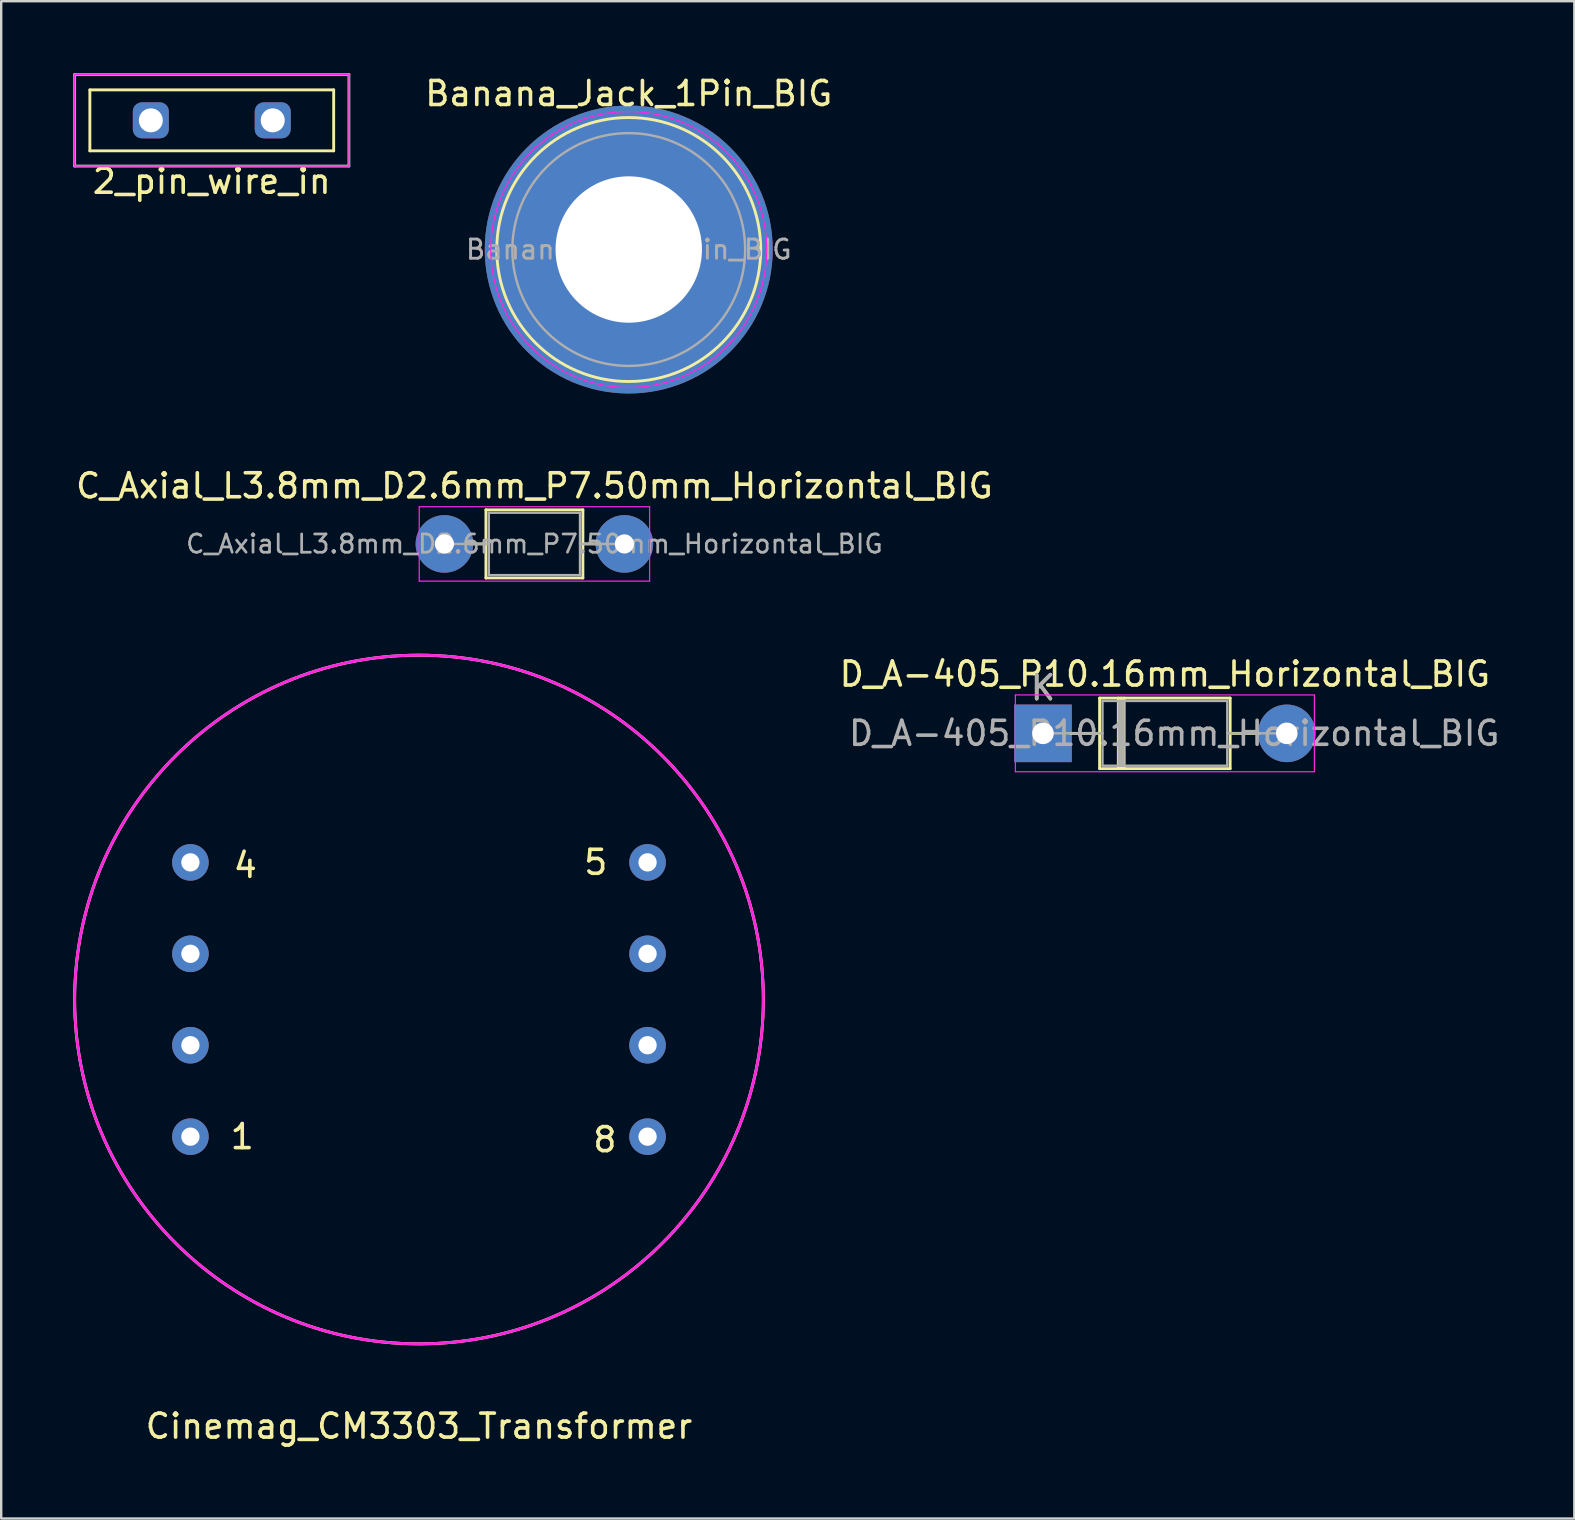
<source format=kicad_pcb>
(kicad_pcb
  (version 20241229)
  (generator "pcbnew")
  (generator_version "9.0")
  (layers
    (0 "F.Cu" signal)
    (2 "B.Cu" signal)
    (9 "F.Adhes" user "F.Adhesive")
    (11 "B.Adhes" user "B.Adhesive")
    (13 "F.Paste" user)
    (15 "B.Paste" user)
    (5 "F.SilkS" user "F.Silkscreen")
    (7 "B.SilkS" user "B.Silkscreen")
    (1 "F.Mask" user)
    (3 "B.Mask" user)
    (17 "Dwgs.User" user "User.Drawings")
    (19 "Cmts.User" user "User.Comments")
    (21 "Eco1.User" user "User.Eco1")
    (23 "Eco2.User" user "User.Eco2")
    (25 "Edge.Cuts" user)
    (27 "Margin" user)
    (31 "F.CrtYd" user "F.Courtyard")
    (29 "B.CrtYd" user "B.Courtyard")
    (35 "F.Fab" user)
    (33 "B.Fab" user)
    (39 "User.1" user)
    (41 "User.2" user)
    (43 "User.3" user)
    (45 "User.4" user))
  (footprint "Cinemag_CM3303_Transformer"
    (layer "F.Cu")
    (at 14.41 38.602)
    (property "Reference" "Cinemag_CM3303_Transformer" (at 0 17.78 0) (layer "F.SilkS") (effects (font (size 1 1) (thickness 0.15))))
    (attr through_hole)
    (fp_circle (center 0 0) (end 14.35 0) (stroke (width 0.12) (type solid)) (fill no) (layer "F.SilkS"))
    (fp_circle (center 0 0) (end 14.35 0) (stroke (width 0.12) (type solid)) (fill no) (layer "F.CrtYd"))
    (fp_text user "4" (at -7.239 -5.588 0) (layer "F.SilkS") (effects (font (size 1 1) (thickness 0.15))))
    (fp_text user "5" (at 7.366 -5.715 0) (layer "F.SilkS") (effects (font (size 1 1) (thickness 0.15))))
    (fp_text user "8" (at 7.747 5.842 0) (layer "F.SilkS") (effects (font (size 1 1) (thickness 0.15))))
    (fp_text user "1" (at -7.366 5.715 0) (layer "F.SilkS") (effects (font (size 1 1) (thickness 0.15))))
    (pad "1" thru_hole circle (at -9.525 5.715) (size 1.524 1.524) (drill 0.762) (layers "*.Cu" "*.Mask"))
    (pad "2" thru_hole circle (at -9.525 1.905) (size 1.524 1.524) (drill 0.762) (layers "*.Cu" "*.Mask"))
    (pad "3" thru_hole circle (at -9.525 -1.905) (size 1.524 1.524) (drill 0.762) (layers "*.Cu" "*.Mask"))
    (pad "4" thru_hole circle (at -9.525 -5.715) (size 1.524 1.524) (drill 0.762) (layers "*.Cu" "*.Mask"))
    (pad "5" thru_hole circle (at 9.525 -5.715) (size 1.524 1.524) (drill 0.762) (layers "*.Cu" "*.Mask"))
    (pad "6" thru_hole circle (at 9.525 -1.905) (size 1.524 1.524) (drill 0.762) (layers "*.Cu" "*.Mask"))
    (pad "7" thru_hole circle (at 9.525 1.905) (size 1.524 1.524) (drill 0.762) (layers "*.Cu" "*.Mask"))
    (pad "8" thru_hole circle (at 9.525 5.715) (size 1.524 1.524) (drill 0.762) (layers "*.Cu" "*.Mask")))
  (footprint "Banana_Jack_1Pin_BIG"
    (layer "F.Cu")
    (at 23.151 7.348)
    (property "Reference" "Banana_Jack_1Pin_BIG" (at 0 -6.5 180) (layer "F.SilkS") (effects (font (size 1 1) (thickness 0.15))))
    (attr through_hole)
    (fp_circle (center 0 0) (end 5.5 0) (stroke (width 0.12) (type solid)) (fill no) (layer "F.SilkS"))
    (fp_circle (center 0 0) (end 5.75 0) (stroke (width 0.05) (type solid)) (fill no) (layer "F.CrtYd"))
    (fp_circle (center 0 0) (end 2 0) (stroke (width 0.1) (type solid)) (fill no) (layer "F.Fab"))
    (fp_circle (center 0 0) (end 4.85 0.05) (stroke (width 0.1) (type solid)) (fill no) (layer "F.Fab"))
    (fp_text user "${REFERENCE}" (at 0 0 180) (layer "F.Fab") (effects (font (size 0.8 0.8) (thickness 0.12))))
    (pad "1" thru_hole circle (at 0 0) (size 12 12) (drill 6.1) (layers "*.Cu" "*.Mask")))
  (footprint "2_pin_wire_in"
    (layer "F.Cu")
    (at 5.775 1.965)
    (property "Reference" "2_pin_wire_in" (at 0 2.54 0) (layer "F.SilkS") (effects (font (size 1 1) (thickness 0.15))))
    (attr through_hole)
    (fp_line (start -5.08 -1.27) (end 5.08 -1.27) (stroke (width 0.12) (type solid)) (layer "F.SilkS"))
    (fp_line (start -5.08 1.27) (end -5.08 -1.27) (stroke (width 0.12) (type solid)) (layer "F.SilkS"))
    (fp_line (start 5.08 -1.27) (end 5.08 1.27) (stroke (width 0.12) (type solid)) (layer "F.SilkS"))
    (fp_line (start 5.08 1.27) (end -5.08 1.27) (stroke (width 0.12) (type solid)) (layer "F.SilkS"))
    (fp_line (start -5.715 -1.905) (end -5.715 1.905) (stroke (width 0.05) (type solid)) (layer "F.CrtYd"))
    (fp_line (start -5.715 1.905) (end 5.715 1.905) (stroke (width 0.05) (type solid)) (layer "F.CrtYd"))
    (fp_line (start 5.715 -1.905) (end -5.715 -1.905) (stroke (width 0.05) (type solid)) (layer "F.CrtYd"))
    (fp_line (start 5.715 1.905) (end 5.715 -1.905) (stroke (width 0.05) (type solid)) (layer "F.CrtYd"))
    (fp_line (start -5.715 -1.905) (end -5.715 1.905) (stroke (width 0.12) (type solid)) (layer "F.Fab"))
    (fp_line (start -5.715 1.905) (end 5.715 1.905) (stroke (width 0.12) (type solid)) (layer "F.Fab"))
    (fp_line (start 5.715 -1.905) (end -5.715 -1.905) (stroke (width 0.12) (type solid)) (layer "F.Fab"))
    (fp_line (start 5.715 1.905) (end 5.715 -1.905) (stroke (width 0.12) (type solid)) (layer "F.Fab"))
    (pad "1" thru_hole roundrect (at -2.54 0) (size 1.5 1.5) (drill 1) (layers "*.Cu" "*.Mask") (roundrect_rratio 0.25))
    (pad "2" thru_hole roundrect (at 2.54 0) (size 1.5 1.5) (drill 1) (layers "*.Cu" "*.Mask") (roundrect_rratio 0.25)))
  (footprint "C_Axial_L3.8mm_D2.6mm_P7.50mm_Horizontal_BIG"
    (layer "F.Cu")
    (at 15.47 19.616)
    (property "Reference" "C_Axial_L3.8mm_D2.6mm_P7.50mm_Horizontal_BIG" (at 3.75 -2.42 0) (layer "F.SilkS") (effects (font (size 1 1) (thickness 0.15))))
    (attr through_hole)
    (fp_line (start 1.04 0) (end 1.73 0) (stroke (width 0.12) (type solid)) (layer "F.SilkS"))
    (fp_line (start 1.73 -1.42) (end 1.73 1.42) (stroke (width 0.12) (type solid)) (layer "F.SilkS"))
    (fp_line (start 1.73 1.42) (end 5.77 1.42) (stroke (width 0.12) (type solid)) (layer "F.SilkS"))
    (fp_line (start 5.77 -1.42) (end 1.73 -1.42) (stroke (width 0.12) (type solid)) (layer "F.SilkS"))
    (fp_line (start 5.77 1.42) (end 5.77 -1.42) (stroke (width 0.12) (type solid)) (layer "F.SilkS"))
    (fp_line (start 6.46 0) (end 5.77 0) (stroke (width 0.12) (type solid)) (layer "F.SilkS"))
    (fp_line (start -1.05 -1.55) (end -1.05 1.55) (stroke (width 0.05) (type solid)) (layer "F.CrtYd"))
    (fp_line (start -1.05 1.55) (end 8.55 1.55) (stroke (width 0.05) (type solid)) (layer "F.CrtYd"))
    (fp_line (start 8.55 -1.55) (end -1.05 -1.55) (stroke (width 0.05) (type solid)) (layer "F.CrtYd"))
    (fp_line (start 8.55 1.55) (end 8.55 -1.55) (stroke (width 0.05) (type solid)) (layer "F.CrtYd"))
    (fp_line (start 0 0) (end 1.85 0) (stroke (width 0.1) (type solid)) (layer "F.Fab"))
    (fp_line (start 1.85 -1.3) (end 1.85 1.3) (stroke (width 0.1) (type solid)) (layer "F.Fab"))
    (fp_line (start 1.85 1.3) (end 5.65 1.3) (stroke (width 0.1) (type solid)) (layer "F.Fab"))
    (fp_line (start 5.65 -1.3) (end 1.85 -1.3) (stroke (width 0.1) (type solid)) (layer "F.Fab"))
    (fp_line (start 5.65 1.3) (end 5.65 -1.3) (stroke (width 0.1) (type solid)) (layer "F.Fab"))
    (fp_line (start 7.5 0) (end 5.65 0) (stroke (width 0.1) (type solid)) (layer "F.Fab"))
    (fp_text user "${REFERENCE}" (at 3.75 0 0) (layer "F.Fab") (effects (font (size 0.76 0.76) (thickness 0.114))))
    (pad "1" thru_hole circle (at 0 0) (size 2.4 2.4) (drill 0.8) (layers "*.Cu" "*.Mask"))
    (pad "2" thru_hole circle (at 7.5 0) (size 2.4 2.4) (drill 0.8) (layers "*.Cu" "*.Mask")))
  (footprint "D_A-405_P10.16mm_Horizontal_BIG"
    (layer "F.Cu")
    (at 40.413 27.51)
    (property "Reference" "D_A-405_P10.16mm_Horizontal_BIG" (at 5.08 -2.47 0) (layer "F.SilkS") (effects (font (size 1 1) (thickness 0.15))))
    (attr through_hole)
    (fp_line (start 1.14 0) (end 2.36 0) (stroke (width 0.12) (type solid)) (layer "F.SilkS"))
    (fp_line (start 2.36 -1.47) (end 2.36 1.47) (stroke (width 0.12) (type solid)) (layer "F.SilkS"))
    (fp_line (start 2.36 1.47) (end 7.8 1.47) (stroke (width 0.12) (type solid)) (layer "F.SilkS"))
    (fp_line (start 3.14 -1.47) (end 3.14 1.47) (stroke (width 0.12) (type solid)) (layer "F.SilkS"))
    (fp_line (start 3.26 -1.47) (end 3.26 1.47) (stroke (width 0.12) (type solid)) (layer "F.SilkS"))
    (fp_line (start 3.38 -1.47) (end 3.38 1.47) (stroke (width 0.12) (type solid)) (layer "F.SilkS"))
    (fp_line (start 7.8 -1.47) (end 2.36 -1.47) (stroke (width 0.12) (type solid)) (layer "F.SilkS"))
    (fp_line (start 7.8 1.47) (end 7.8 -1.47) (stroke (width 0.12) (type solid)) (layer "F.SilkS"))
    (fp_line (start 9.02 0) (end 7.8 0) (stroke (width 0.12) (type solid)) (layer "F.SilkS"))
    (fp_line (start -1.15 -1.6) (end -1.15 1.6) (stroke (width 0.05) (type solid)) (layer "F.CrtYd"))
    (fp_line (start -1.15 1.6) (end 11.31 1.6) (stroke (width 0.05) (type solid)) (layer "F.CrtYd"))
    (fp_line (start 11.31 -1.6) (end -1.15 -1.6) (stroke (width 0.05) (type solid)) (layer "F.CrtYd"))
    (fp_line (start 11.31 1.6) (end 11.31 -1.6) (stroke (width 0.05) (type solid)) (layer "F.CrtYd"))
    (fp_line (start 0 0) (end 2.48 0) (stroke (width 0.1) (type solid)) (layer "F.Fab"))
    (fp_line (start 2.48 -1.35) (end 2.48 1.35) (stroke (width 0.1) (type solid)) (layer "F.Fab"))
    (fp_line (start 2.48 1.35) (end 7.68 1.35) (stroke (width 0.1) (type solid)) (layer "F.Fab"))
    (fp_line (start 3.16 -1.35) (end 3.16 1.35) (stroke (width 0.1) (type solid)) (layer "F.Fab"))
    (fp_line (start 3.26 -1.35) (end 3.26 1.35) (stroke (width 0.1) (type solid)) (layer "F.Fab"))
    (fp_line (start 3.36 -1.35) (end 3.36 1.35) (stroke (width 0.1) (type solid)) (layer "F.Fab"))
    (fp_line (start 7.68 -1.35) (end 2.48 -1.35) (stroke (width 0.1) (type solid)) (layer "F.Fab"))
    (fp_line (start 7.68 1.35) (end 7.68 -1.35) (stroke (width 0.1) (type solid)) (layer "F.Fab"))
    (fp_line (start 10.16 0) (end 7.68 0) (stroke (width 0.1) (type solid)) (layer "F.Fab"))
    (fp_text user "K" (at 0 -1.9 0) (layer "F.SilkS") (effects (font (size 1 1) (thickness 0.15))))
    (fp_text user "${REFERENCE}" (at 5.47 0 0) (layer "F.Fab") (effects (font (size 1 1) (thickness 0.15))))
    (fp_text user "K" (at 0 -1.9 0) (layer "F.Fab") (effects (font (size 1 1) (thickness 0.15))))
    (pad "1" thru_hole rect (at 0 0) (size 2.4 2.4) (drill 0.9) (layers "*.Cu" "*.Mask"))
    (pad "2" thru_hole oval (at 10.16 0) (size 2.4 2.4) (drill 0.9) (layers "*.Cu" "*.Mask")))
  (gr_rect
    (start -3 -3)
    (end 62.555 60.23)
    (stroke (width 0.1) (type default))
    (fill no)
    (layer "Edge.Cuts")))
</source>
